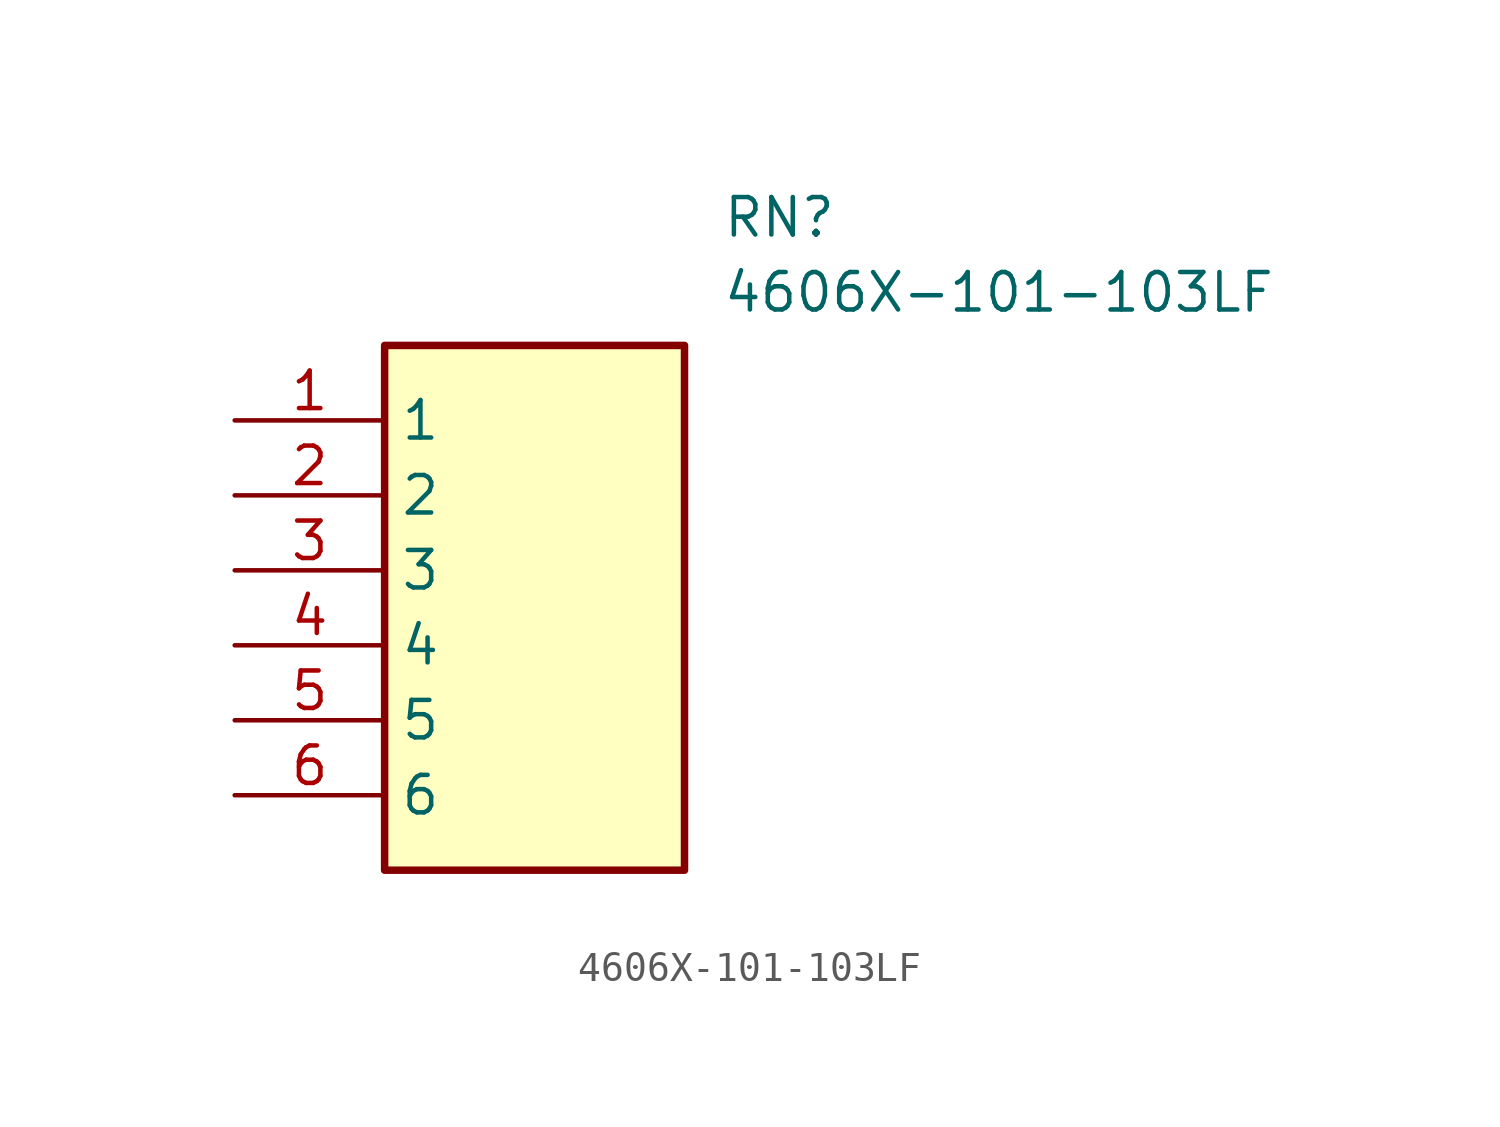
<source format=kicad_sym>
(kicad_symbol_lib
  (version 20211014)
  (generator SamacSys_ECAD_Model)
  (symbol "4606X-101-103LF"
    (property "Reference" "RN"
      (at 16.51 7.62 0)
      (effects (font (size 1.27 1.27)) (justify left top)))
    (property "Value" "4606X-101-103LF"
      (at 16.51 5.08 0)
      (effects (font (size 1.27 1.27)) (justify left top)))
    (rectangle
      (start 5.08 2.54)
      (end 15.24 -15.24)
      (stroke (width 0.254) (type default))
      (fill (type background)))
    (pin passive line
      (at 0 0 0)
      (length 5.08)
      (name "1" (effects (font (size 1.27 1.27))))
      (number "1" (effects (font (size 1.27 1.27)))))
    (pin passive line
      (at 0 -2.54 0)
      (length 5.08)
      (name "2" (effects (font (size 1.27 1.27))))
      (number "2" (effects (font (size 1.27 1.27)))))
    (pin passive line
      (at 0 -5.08 0)
      (length 5.08)
      (name "3" (effects (font (size 1.27 1.27))))
      (number "3" (effects (font (size 1.27 1.27)))))
    (pin passive line
      (at 0 -7.62 0)
      (length 5.08)
      (name "4" (effects (font (size 1.27 1.27))))
      (number "4" (effects (font (size 1.27 1.27)))))
    (pin passive line
      (at 0 -10.16 0)
      (length 5.08)
      (name "5" (effects (font (size 1.27 1.27))))
      (number "5" (effects (font (size 1.27 1.27)))))
    (pin passive line
      (at 0 -12.7 0)
      (length 5.08)
      (name "6" (effects (font (size 1.27 1.27))))
      (number "6" (effects (font (size 1.27 1.27)))))))
</source>
